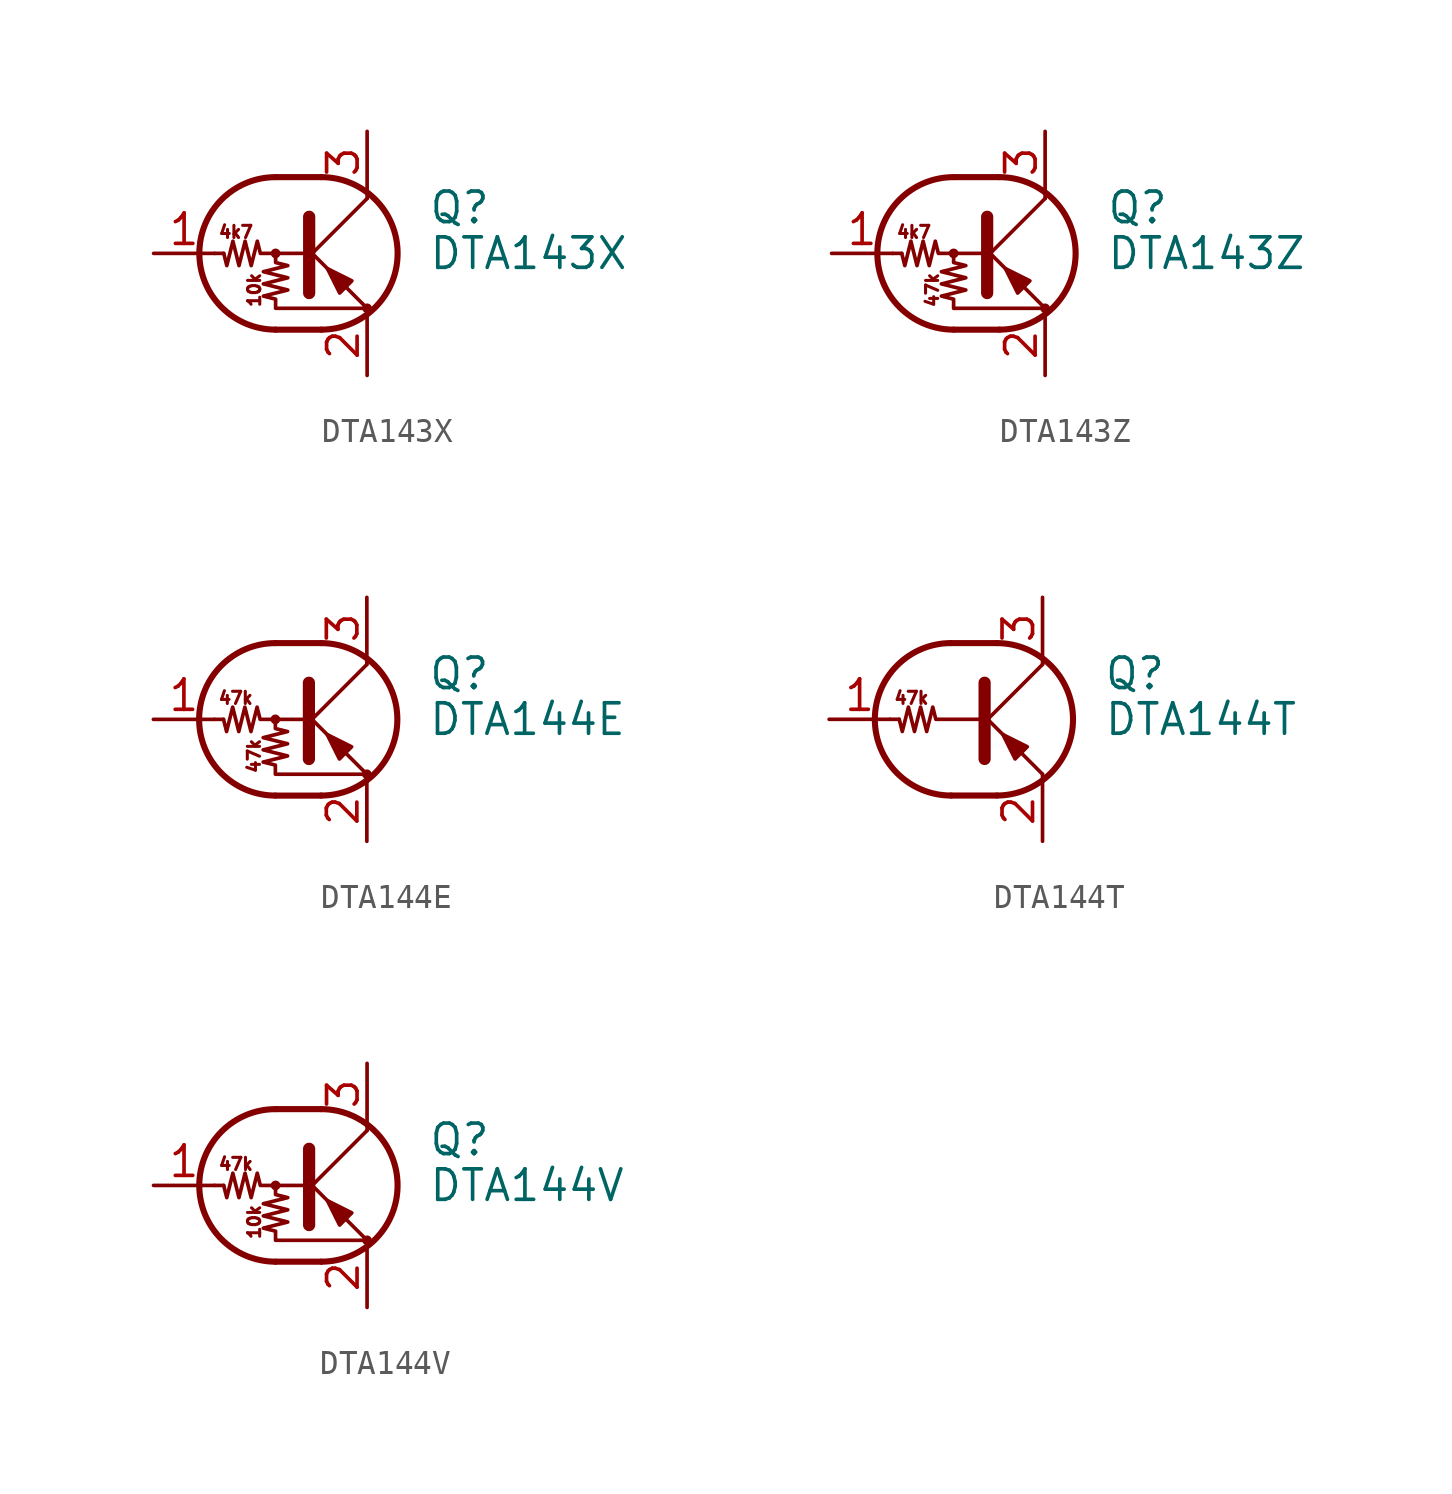
<source format=kicad_sym>
(kicad_symbol_lib
  (version 20241209)
  (generator "kicad_symbol_editor")
  (generator_version "9.0")
  (symbol "DTA143X"
    (pin_names
      (offset 0)
      (hide yes))
    (property "Reference" "Q"
      (at 5.08 1.905 0)
      (effects (font (size 1.27 1.27)) (justify left)))
    (property "Value" "DTA143X"
      (at 5.08 0 0)
      (effects (font (size 1.27 1.27)) (justify left)))
    (symbol "DTA143X_0_0"
      (text "4k7" (at -2.921 0.889 0) (effects (font (size 0.508 0.508))))
      (text "10k" (at -2.159 -1.524 900) (effects (font (size 0.508 0.508)))))
    (symbol "DTA143X_0_1"
      (polyline (pts (xy -3.429 0) (xy -3.81 0)) (stroke (width 0) (type default)) (fill (type none)))
      (polyline (pts (xy -1.27 3.175) (xy 0.635 3.175)) (stroke (width 0.254) (type default)) (fill (type none)))
      (circle (center -1.27 0) (radius 0.127) (stroke (width 0) (type default)) (fill (type none)))
      (polyline (pts (xy -1.27 0) (xy -1.27 -0.381) (xy -0.762 -0.508) (xy -1.778 -0.762) (xy -0.762 -1.016) (xy -1.778 -1.27) (xy -0.762 -1.524) (xy -1.778 -1.778) (xy -1.27 -1.905) (xy -1.27 -2.286) (xy 2.54 -2.286)) (stroke (width 0) (type default)) (fill (type none)))
      (polyline (pts (xy -1.27 -3.175) (xy 0.635 -3.175)) (stroke (width 0.254) (type default)) (fill (type none)))
      (arc (start -1.27 -3.175) (mid -4.4312 0) (end -1.27 3.175) (stroke (width 0.254) (type default)) (fill (type none)))
      (polyline (pts (xy 0 0) (xy -1.905 0) (xy -2.032 0.508) (xy -2.286 -0.508) (xy -2.54 0.508) (xy -2.794 -0.508) (xy -3.048 0.508) (xy -3.302 -0.508) (xy -3.429 0)) (stroke (width 0) (type default)) (fill (type none)))
      (polyline (pts (xy 0 -0.254) (xy 2.54 2.286)) (stroke (width 0) (type default)) (fill (type none)))
      (polyline (pts (xy 0.127 1.524) (xy 0.127 -1.651)) (stroke (width 0.508) (type default)) (fill (type outline)))
      (arc (start 0.635 3.175) (mid 3.7962 0) (end 0.635 -3.175) (stroke (width 0.254) (type default)) (fill (type none)))
      (polyline (pts (xy 1.397 -1.651) (xy 1.905 -1.143) (xy 0.889 -0.635) (xy 1.397 -1.651)) (stroke (width 0) (type default)) (fill (type outline)))
      (polyline (pts (xy 2.54 2.286) (xy 2.54 2.54)) (stroke (width 0) (type default)) (fill (type none)))
      (polyline (pts (xy 2.54 -2.286) (xy 0 0.254) (xy 0 0.254)) (stroke (width 0) (type default)) (fill (type none)))
      (circle (center 2.54 -2.286) (radius 0.127) (stroke (width 0) (type default)) (fill (type none))))
    (symbol "DTA143X_1_1"
      (pin input line (at -6.35 0 0) (length 2.54) (name "B" (effects (font (size 1.27 1.27)))) (number "1" (effects (font (size 1.27 1.27)))))
      (pin passive line (at 2.54 5.08 270) (length 2.54) (name "C" (effects (font (size 1.27 1.27)))) (number "3" (effects (font (size 1.27 1.27)))))
      (pin passive line (at 2.54 -5.08 90) (length 2.54) (name "E" (effects (font (size 1.27 1.27)))) (number "2" (effects (font (size 1.27 1.27)))))))
  (symbol "DTA143Z"
    (pin_names
      (offset 0)
      (hide yes))
    (property "Reference" "Q"
      (at 5.08 1.905 0)
      (effects (font (size 1.27 1.27)) (justify left)))
    (property "Value" "DTA143Z"
      (at 5.08 0 0)
      (effects (font (size 1.27 1.27)) (justify left)))
    (symbol "DTA143Z_0_0"
      (text "4k7" (at -2.921 0.889 0) (effects (font (size 0.508 0.508))))
      (text "47k" (at -2.159 -1.524 900) (effects (font (size 0.508 0.508)))))
    (symbol "DTA143Z_0_1"
      (polyline (pts (xy -3.429 0) (xy -3.81 0)) (stroke (width 0) (type default)) (fill (type none)))
      (polyline (pts (xy -1.27 3.175) (xy 0.635 3.175)) (stroke (width 0.254) (type default)) (fill (type none)))
      (circle (center -1.27 0) (radius 0.127) (stroke (width 0) (type default)) (fill (type none)))
      (polyline (pts (xy -1.27 0) (xy -1.27 -0.381) (xy -0.762 -0.508) (xy -1.778 -0.762) (xy -0.762 -1.016) (xy -1.778 -1.27) (xy -0.762 -1.524) (xy -1.778 -1.778) (xy -1.27 -1.905) (xy -1.27 -2.286) (xy 2.54 -2.286)) (stroke (width 0) (type default)) (fill (type none)))
      (polyline (pts (xy -1.27 -3.175) (xy 0.635 -3.175)) (stroke (width 0.254) (type default)) (fill (type none)))
      (arc (start -1.27 -3.175) (mid -4.4312 0) (end -1.27 3.175) (stroke (width 0.254) (type default)) (fill (type none)))
      (polyline (pts (xy 0 0) (xy -1.905 0) (xy -2.032 0.508) (xy -2.286 -0.508) (xy -2.54 0.508) (xy -2.794 -0.508) (xy -3.048 0.508) (xy -3.302 -0.508) (xy -3.429 0)) (stroke (width 0) (type default)) (fill (type none)))
      (polyline (pts (xy 0 -0.254) (xy 2.54 2.286)) (stroke (width 0) (type default)) (fill (type none)))
      (polyline (pts (xy 0.127 1.524) (xy 0.127 -1.651)) (stroke (width 0.508) (type default)) (fill (type outline)))
      (arc (start 0.635 3.175) (mid 3.7962 0) (end 0.635 -3.175) (stroke (width 0.254) (type default)) (fill (type none)))
      (polyline (pts (xy 1.397 -1.651) (xy 1.905 -1.143) (xy 0.889 -0.635) (xy 1.397 -1.651)) (stroke (width 0) (type default)) (fill (type outline)))
      (polyline (pts (xy 2.54 2.286) (xy 2.54 2.54)) (stroke (width 0) (type default)) (fill (type none)))
      (polyline (pts (xy 2.54 -2.286) (xy 0 0.254) (xy 0 0.254)) (stroke (width 0) (type default)) (fill (type none)))
      (circle (center 2.54 -2.286) (radius 0.127) (stroke (width 0) (type default)) (fill (type none))))
    (symbol "DTA143Z_1_1"
      (pin input line (at -6.35 0 0) (length 2.54) (name "B" (effects (font (size 1.27 1.27)))) (number "1" (effects (font (size 1.27 1.27)))))
      (pin passive line (at 2.54 5.08 270) (length 2.54) (name "C" (effects (font (size 1.27 1.27)))) (number "3" (effects (font (size 1.27 1.27)))))
      (pin passive line (at 2.54 -5.08 90) (length 2.54) (name "E" (effects (font (size 1.27 1.27)))) (number "2" (effects (font (size 1.27 1.27)))))))
  (symbol "DTA144E"
    (pin_names
      (offset 0)
      (hide yes))
    (property "Reference" "Q"
      (at 5.08 1.905 0)
      (effects (font (size 1.27 1.27)) (justify left)))
    (property "Value" "DTA144E"
      (at 5.08 0 0)
      (effects (font (size 1.27 1.27)) (justify left)))
    (symbol "DTA144E_0_0"
      (text "47k" (at -2.921 0.889 0) (effects (font (size 0.508 0.508))))
      (text "47k" (at -2.159 -1.524 900) (effects (font (size 0.508 0.508)))))
    (symbol "DTA144E_0_1"
      (polyline (pts (xy -3.429 0) (xy -3.81 0)) (stroke (width 0) (type default)) (fill (type none)))
      (polyline (pts (xy -1.27 3.175) (xy 0.635 3.175)) (stroke (width 0.254) (type default)) (fill (type none)))
      (circle (center -1.27 0) (radius 0.127) (stroke (width 0) (type default)) (fill (type none)))
      (polyline (pts (xy -1.27 0) (xy -1.27 -0.381) (xy -0.762 -0.508) (xy -1.778 -0.762) (xy -0.762 -1.016) (xy -1.778 -1.27) (xy -0.762 -1.524) (xy -1.778 -1.778) (xy -1.27 -1.905) (xy -1.27 -2.286) (xy 2.54 -2.286)) (stroke (width 0) (type default)) (fill (type none)))
      (polyline (pts (xy -1.27 -3.175) (xy 0.635 -3.175)) (stroke (width 0.254) (type default)) (fill (type none)))
      (arc (start -1.27 -3.175) (mid -4.4312 0) (end -1.27 3.175) (stroke (width 0.254) (type default)) (fill (type none)))
      (polyline (pts (xy 0 0) (xy -1.905 0) (xy -2.032 0.508) (xy -2.286 -0.508) (xy -2.54 0.508) (xy -2.794 -0.508) (xy -3.048 0.508) (xy -3.302 -0.508) (xy -3.429 0)) (stroke (width 0) (type default)) (fill (type none)))
      (polyline (pts (xy 0 -0.254) (xy 2.54 2.286)) (stroke (width 0) (type default)) (fill (type none)))
      (polyline (pts (xy 0.127 1.524) (xy 0.127 -1.651)) (stroke (width 0.508) (type default)) (fill (type outline)))
      (arc (start 0.635 3.175) (mid 3.7962 0) (end 0.635 -3.175) (stroke (width 0.254) (type default)) (fill (type none)))
      (polyline (pts (xy 1.397 -1.651) (xy 1.905 -1.143) (xy 0.889 -0.635) (xy 1.397 -1.651)) (stroke (width 0) (type default)) (fill (type outline)))
      (polyline (pts (xy 2.54 2.286) (xy 2.54 2.54)) (stroke (width 0) (type default)) (fill (type none)))
      (polyline (pts (xy 2.54 -2.286) (xy 0 0.254) (xy 0 0.254)) (stroke (width 0) (type default)) (fill (type none)))
      (circle (center 2.54 -2.286) (radius 0.127) (stroke (width 0) (type default)) (fill (type none))))
    (symbol "DTA144E_1_1"
      (pin input line (at -6.35 0 0) (length 2.54) (name "B" (effects (font (size 1.27 1.27)))) (number "1" (effects (font (size 1.27 1.27)))))
      (pin passive line (at 2.54 5.08 270) (length 2.54) (name "C" (effects (font (size 1.27 1.27)))) (number "3" (effects (font (size 1.27 1.27)))))
      (pin passive line (at 2.54 -5.08 90) (length 2.54) (name "E" (effects (font (size 1.27 1.27)))) (number "2" (effects (font (size 1.27 1.27)))))))
  (symbol "DTA144T"
    (pin_names
      (offset 0)
      (hide yes))
    (property "Reference" "Q"
      (at 5.08 1.905 0)
      (effects (font (size 1.27 1.27)) (justify left)))
    (property "Value" "DTA144T"
      (at 5.08 0 0)
      (effects (font (size 1.27 1.27)) (justify left)))
    (symbol "DTA144T_0_0"
      (polyline (pts (xy 2.54 -2.286) (xy 2.54 -2.54)) (stroke (width 0) (type default)) (fill (type none)))
      (text "47k" (at -2.921 0.889 0) (effects (font (size 0.508 0.508)))))
    (symbol "DTA144T_0_1"
      (polyline (pts (xy -3.429 0) (xy -3.81 0)) (stroke (width 0) (type default)) (fill (type none)))
      (polyline (pts (xy -1.27 3.175) (xy 0.635 3.175)) (stroke (width 0.254) (type default)) (fill (type none)))
      (polyline (pts (xy -1.27 -3.175) (xy 0.635 -3.175)) (stroke (width 0.254) (type default)) (fill (type none)))
      (arc (start -1.27 -3.175) (mid -4.4312 0) (end -1.27 3.175) (stroke (width 0.254) (type default)) (fill (type none)))
      (polyline (pts (xy 0 0) (xy -1.905 0) (xy -2.032 0.508) (xy -2.286 -0.508) (xy -2.54 0.508) (xy -2.794 -0.508) (xy -3.048 0.508) (xy -3.302 -0.508) (xy -3.429 0)) (stroke (width 0) (type default)) (fill (type none)))
      (polyline (pts (xy 0 -0.254) (xy 2.54 2.286)) (stroke (width 0) (type default)) (fill (type none)))
      (polyline (pts (xy 0.127 1.524) (xy 0.127 -1.651)) (stroke (width 0.508) (type default)) (fill (type outline)))
      (arc (start 0.635 3.175) (mid 3.7962 0) (end 0.635 -3.175) (stroke (width 0.254) (type default)) (fill (type none)))
      (polyline (pts (xy 1.397 -1.651) (xy 1.905 -1.143) (xy 0.889 -0.635) (xy 1.397 -1.651)) (stroke (width 0) (type default)) (fill (type outline)))
      (polyline (pts (xy 2.54 2.286) (xy 2.54 2.54)) (stroke (width 0) (type default)) (fill (type none)))
      (polyline (pts (xy 2.54 -2.286) (xy 0 0.254) (xy 0 0.254)) (stroke (width 0) (type default)) (fill (type none))))
    (symbol "DTA144T_1_1"
      (pin input line (at -6.35 0 0) (length 2.54) (name "B" (effects (font (size 1.27 1.27)))) (number "1" (effects (font (size 1.27 1.27)))))
      (pin passive line (at 2.54 5.08 270) (length 2.54) (name "C" (effects (font (size 1.27 1.27)))) (number "3" (effects (font (size 1.27 1.27)))))
      (pin passive line (at 2.54 -5.08 90) (length 2.54) (name "E" (effects (font (size 1.27 1.27)))) (number "2" (effects (font (size 1.27 1.27)))))))
  (symbol "DTA144V"
    (pin_names
      (offset 0)
      (hide yes))
    (property "Reference" "Q"
      (at 5.08 1.905 0)
      (effects (font (size 1.27 1.27)) (justify left)))
    (property "Value" "DTA144V"
      (at 5.08 0 0)
      (effects (font (size 1.27 1.27)) (justify left)))
    (symbol "DTA144V_0_0"
      (text "47k" (at -2.921 0.889 0) (effects (font (size 0.508 0.508))))
      (text "10k" (at -2.159 -1.524 900) (effects (font (size 0.508 0.508)))))
    (symbol "DTA144V_0_1"
      (polyline (pts (xy -3.429 0) (xy -3.81 0)) (stroke (width 0) (type default)) (fill (type none)))
      (polyline (pts (xy -1.27 3.175) (xy 0.635 3.175)) (stroke (width 0.254) (type default)) (fill (type none)))
      (circle (center -1.27 0) (radius 0.127) (stroke (width 0) (type default)) (fill (type none)))
      (polyline (pts (xy -1.27 0) (xy -1.27 -0.381) (xy -0.762 -0.508) (xy -1.778 -0.762) (xy -0.762 -1.016) (xy -1.778 -1.27) (xy -0.762 -1.524) (xy -1.778 -1.778) (xy -1.27 -1.905) (xy -1.27 -2.286) (xy 2.54 -2.286)) (stroke (width 0) (type default)) (fill (type none)))
      (polyline (pts (xy -1.27 -3.175) (xy 0.635 -3.175)) (stroke (width 0.254) (type default)) (fill (type none)))
      (arc (start -1.27 -3.175) (mid -4.4312 0) (end -1.27 3.175) (stroke (width 0.254) (type default)) (fill (type none)))
      (polyline (pts (xy 0 0) (xy -1.905 0) (xy -2.032 0.508) (xy -2.286 -0.508) (xy -2.54 0.508) (xy -2.794 -0.508) (xy -3.048 0.508) (xy -3.302 -0.508) (xy -3.429 0)) (stroke (width 0) (type default)) (fill (type none)))
      (polyline (pts (xy 0 -0.254) (xy 2.54 2.286)) (stroke (width 0) (type default)) (fill (type none)))
      (polyline (pts (xy 0.127 1.524) (xy 0.127 -1.651)) (stroke (width 0.508) (type default)) (fill (type outline)))
      (arc (start 0.635 3.175) (mid 3.7962 0) (end 0.635 -3.175) (stroke (width 0.254) (type default)) (fill (type none)))
      (polyline (pts (xy 1.397 -1.651) (xy 1.905 -1.143) (xy 0.889 -0.635) (xy 1.397 -1.651)) (stroke (width 0) (type default)) (fill (type outline)))
      (polyline (pts (xy 2.54 2.286) (xy 2.54 2.54)) (stroke (width 0) (type default)) (fill (type none)))
      (polyline (pts (xy 2.54 -2.286) (xy 0 0.254) (xy 0 0.254)) (stroke (width 0) (type default)) (fill (type none)))
      (circle (center 2.54 -2.286) (radius 0.127) (stroke (width 0) (type default)) (fill (type none))))
    (symbol "DTA144V_1_1"
      (pin input line (at -6.35 0 0) (length 2.54) (name "B" (effects (font (size 1.27 1.27)))) (number "1" (effects (font (size 1.27 1.27)))))
      (pin passive line (at 2.54 5.08 270) (length 2.54) (name "C" (effects (font (size 1.27 1.27)))) (number "3" (effects (font (size 1.27 1.27)))))
      (pin passive line (at 2.54 -5.08 90) (length 2.54) (name "E" (effects (font (size 1.27 1.27)))) (number "2" (effects (font (size 1.27 1.27))))))))
</source>
